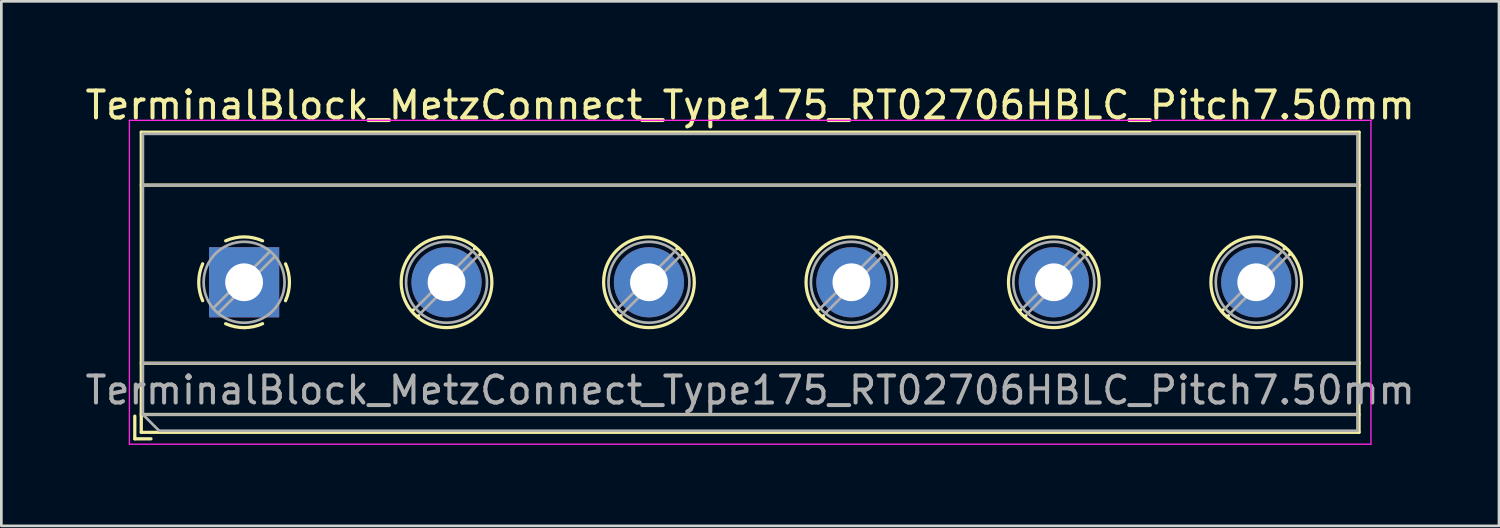
<source format=kicad_pcb>
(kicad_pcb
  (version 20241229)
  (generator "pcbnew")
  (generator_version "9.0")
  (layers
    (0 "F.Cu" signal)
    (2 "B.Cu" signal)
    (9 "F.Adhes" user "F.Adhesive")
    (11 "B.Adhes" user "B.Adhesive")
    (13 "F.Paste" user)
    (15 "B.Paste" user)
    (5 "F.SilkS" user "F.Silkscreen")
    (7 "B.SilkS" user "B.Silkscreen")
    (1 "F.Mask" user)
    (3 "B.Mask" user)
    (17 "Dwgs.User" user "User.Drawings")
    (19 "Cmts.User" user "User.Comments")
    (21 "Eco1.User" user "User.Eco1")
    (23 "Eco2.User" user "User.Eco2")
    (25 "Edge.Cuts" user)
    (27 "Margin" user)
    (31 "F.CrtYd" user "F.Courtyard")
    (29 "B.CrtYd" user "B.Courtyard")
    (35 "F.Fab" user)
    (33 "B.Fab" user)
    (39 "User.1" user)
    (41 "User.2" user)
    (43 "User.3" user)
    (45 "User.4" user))
  (footprint "TerminalBlock_MetzConnect_Type175_RT02706HBLC_Pitch7.50mm"
    (layer "F.Cu")
    (at 5.994 7.408)
    (property "Reference" "TerminalBlock_MetzConnect_Type175_RT02706HBLC_Pitch7.50mm" (at 18.75 -6.56 0) (layer "F.SilkS") (effects (font (size 1 1) (thickness 0.15))))
    (attr through_hole)
    (fp_line (start -4.05 4.96) (end -4.05 5.8) (stroke (width 0.12) (type solid)) (layer "F.SilkS"))
    (fp_line (start -4.05 5.8) (end -3.45 5.8) (stroke (width 0.12) (type solid)) (layer "F.SilkS"))
    (fp_line (start -3.81 -5.56) (end -3.81 5.56) (stroke (width 0.12) (type solid)) (layer "F.SilkS"))
    (fp_line (start -3.81 -3.6) (end 41.31 -3.6) (stroke (width 0.12) (type solid)) (layer "F.SilkS"))
    (fp_line (start -3.81 3) (end 41.31 3) (stroke (width 0.12) (type solid)) (layer "F.SilkS"))
    (fp_line (start -3.81 4.9) (end 41.31 4.9) (stroke (width 0.12) (type solid)) (layer "F.SilkS"))
    (fp_line (start -3.81 5.56) (end 41.31 5.56) (stroke (width 0.12) (type solid)) (layer "F.SilkS"))
    (fp_line (start 6.273 1.023) (end 6.226 1.069) (stroke (width 0.12) (type solid)) (layer "F.SilkS"))
    (fp_line (start 6.466 1.239) (end 6.431 1.274) (stroke (width 0.12) (type solid)) (layer "F.SilkS"))
    (fp_line (start 8.57 -1.275) (end 8.535 -1.239) (stroke (width 0.12) (type solid)) (layer "F.SilkS"))
    (fp_line (start 8.775 -1.069) (end 8.728 -1.023) (stroke (width 0.12) (type solid)) (layer "F.SilkS"))
    (fp_line (start 13.773 1.023) (end 13.726 1.069) (stroke (width 0.12) (type solid)) (layer "F.SilkS"))
    (fp_line (start 13.966 1.239) (end 13.931 1.274) (stroke (width 0.12) (type solid)) (layer "F.SilkS"))
    (fp_line (start 16.07 -1.275) (end 16.035 -1.239) (stroke (width 0.12) (type solid)) (layer "F.SilkS"))
    (fp_line (start 16.275 -1.069) (end 16.228 -1.023) (stroke (width 0.12) (type solid)) (layer "F.SilkS"))
    (fp_line (start 21.273 1.023) (end 21.226 1.069) (stroke (width 0.12) (type solid)) (layer "F.SilkS"))
    (fp_line (start 21.466 1.239) (end 21.431 1.274) (stroke (width 0.12) (type solid)) (layer "F.SilkS"))
    (fp_line (start 23.57 -1.275) (end 23.535 -1.239) (stroke (width 0.12) (type solid)) (layer "F.SilkS"))
    (fp_line (start 23.775 -1.069) (end 23.728 -1.023) (stroke (width 0.12) (type solid)) (layer "F.SilkS"))
    (fp_line (start 28.773 1.023) (end 28.726 1.069) (stroke (width 0.12) (type solid)) (layer "F.SilkS"))
    (fp_line (start 28.966 1.239) (end 28.931 1.274) (stroke (width 0.12) (type solid)) (layer "F.SilkS"))
    (fp_line (start 31.07 -1.275) (end 31.035 -1.239) (stroke (width 0.12) (type solid)) (layer "F.SilkS"))
    (fp_line (start 31.275 -1.069) (end 31.228 -1.023) (stroke (width 0.12) (type solid)) (layer "F.SilkS"))
    (fp_line (start 36.273 1.023) (end 36.226 1.069) (stroke (width 0.12) (type solid)) (layer "F.SilkS"))
    (fp_line (start 36.466 1.239) (end 36.431 1.274) (stroke (width 0.12) (type solid)) (layer "F.SilkS"))
    (fp_line (start 38.57 -1.275) (end 38.535 -1.239) (stroke (width 0.12) (type solid)) (layer "F.SilkS"))
    (fp_line (start 38.775 -1.069) (end 38.728 -1.023) (stroke (width 0.12) (type solid)) (layer "F.SilkS"))
    (fp_line (start 41.31 -5.56) (end -3.81 -5.56) (stroke (width 0.12) (type solid)) (layer "F.SilkS"))
    (fp_line (start 41.31 5.56) (end 41.31 -5.56) (stroke (width 0.12) (type solid)) (layer "F.SilkS"))
    (fp_arc (start -1.535427 0.683042) (mid -1.680501 -0.000524) (end -1.535 -0.684) (stroke (width 0.12) (type solid)) (layer "F.SilkS"))
    (fp_arc (start -0.683042 -1.535427) (mid 0.000524 -1.680501) (end 0.684 -1.535) (stroke (width 0.12) (type solid)) (layer "F.SilkS"))
    (fp_arc (start 0.028805 1.680253) (mid -0.335551 1.646659) (end -0.684 1.535) (stroke (width 0.12) (type solid)) (layer "F.SilkS"))
    (fp_arc (start 0.683318 1.534756) (mid 0.349292 1.643288) (end 0 1.68) (stroke (width 0.12) (type solid)) (layer "F.SilkS"))
    (fp_arc (start 1.535427 -0.683042) (mid 1.680501 0.000524) (end 1.535 0.684) (stroke (width 0.12) (type solid)) (layer "F.SilkS"))
    (fp_circle (center 7.5 0) (end 9.18 0) (stroke (width 0.12) (type solid)) (fill no) (layer "F.SilkS"))
    (fp_circle (center 15 0) (end 16.68 0) (stroke (width 0.12) (type solid)) (fill no) (layer "F.SilkS"))
    (fp_circle (center 22.5 0) (end 24.18 0) (stroke (width 0.12) (type solid)) (fill no) (layer "F.SilkS"))
    (fp_circle (center 30 0) (end 31.68 0) (stroke (width 0.12) (type solid)) (fill no) (layer "F.SilkS"))
    (fp_circle (center 37.5 0) (end 39.18 0) (stroke (width 0.12) (type solid)) (fill no) (layer "F.SilkS"))
    (fp_line (start -4.25 -6) (end -4.25 6) (stroke (width 0.05) (type solid)) (layer "F.CrtYd"))
    (fp_line (start -4.25 6) (end 41.75 6) (stroke (width 0.05) (type solid)) (layer "F.CrtYd"))
    (fp_line (start 41.75 -6) (end -4.25 -6) (stroke (width 0.05) (type solid)) (layer "F.CrtYd"))
    (fp_line (start 41.75 6) (end 41.75 -6) (stroke (width 0.05) (type solid)) (layer "F.CrtYd"))
    (fp_line (start -3.75 -5.5) (end 41.25 -5.5) (stroke (width 0.1) (type solid)) (layer "F.Fab"))
    (fp_line (start -3.75 -3.6) (end 41.25 -3.6) (stroke (width 0.1) (type solid)) (layer "F.Fab"))
    (fp_line (start -3.75 3) (end 41.25 3) (stroke (width 0.1) (type solid)) (layer "F.Fab"))
    (fp_line (start -3.75 4.9) (end -3.75 -5.5) (stroke (width 0.1) (type solid)) (layer "F.Fab"))
    (fp_line (start -3.75 4.9) (end 41.25 4.9) (stroke (width 0.1) (type solid)) (layer "F.Fab"))
    (fp_line (start -3.15 5.5) (end -3.75 4.9) (stroke (width 0.1) (type solid)) (layer "F.Fab"))
    (fp_line (start 0.955 -1.138) (end -1.138 0.955) (stroke (width 0.1) (type solid)) (layer "F.Fab"))
    (fp_line (start 1.138 -0.955) (end -0.955 1.138) (stroke (width 0.1) (type solid)) (layer "F.Fab"))
    (fp_line (start 8.455 -1.138) (end 6.363 0.955) (stroke (width 0.1) (type solid)) (layer "F.Fab"))
    (fp_line (start 8.638 -0.955) (end 6.546 1.138) (stroke (width 0.1) (type solid)) (layer "F.Fab"))
    (fp_line (start 15.955 -1.138) (end 13.863 0.955) (stroke (width 0.1) (type solid)) (layer "F.Fab"))
    (fp_line (start 16.138 -0.955) (end 14.046 1.138) (stroke (width 0.1) (type solid)) (layer "F.Fab"))
    (fp_line (start 23.455 -1.138) (end 21.363 0.955) (stroke (width 0.1) (type solid)) (layer "F.Fab"))
    (fp_line (start 23.638 -0.955) (end 21.546 1.138) (stroke (width 0.1) (type solid)) (layer "F.Fab"))
    (fp_line (start 30.955 -1.138) (end 28.863 0.955) (stroke (width 0.1) (type solid)) (layer "F.Fab"))
    (fp_line (start 31.138 -0.955) (end 29.046 1.138) (stroke (width 0.1) (type solid)) (layer "F.Fab"))
    (fp_line (start 38.455 -1.138) (end 36.363 0.955) (stroke (width 0.1) (type solid)) (layer "F.Fab"))
    (fp_line (start 38.638 -0.955) (end 36.546 1.138) (stroke (width 0.1) (type solid)) (layer "F.Fab"))
    (fp_line (start 41.25 -5.5) (end 41.25 5.5) (stroke (width 0.1) (type solid)) (layer "F.Fab"))
    (fp_line (start 41.25 5.5) (end -3.15 5.5) (stroke (width 0.1) (type solid)) (layer "F.Fab"))
    (fp_circle (center 0 0) (end 1.5 0) (stroke (width 0.1) (type solid)) (fill no) (layer "F.Fab"))
    (fp_circle (center 7.5 0) (end 9 0) (stroke (width 0.1) (type solid)) (fill no) (layer "F.Fab"))
    (fp_circle (center 15 0) (end 16.5 0) (stroke (width 0.1) (type solid)) (fill no) (layer "F.Fab"))
    (fp_circle (center 22.5 0) (end 24 0) (stroke (width 0.1) (type solid)) (fill no) (layer "F.Fab"))
    (fp_circle (center 30 0) (end 31.5 0) (stroke (width 0.1) (type solid)) (fill no) (layer "F.Fab"))
    (fp_circle (center 37.5 0) (end 39 0) (stroke (width 0.1) (type solid)) (fill no) (layer "F.Fab"))
    (fp_text user "${REFERENCE}" (at 18.75 4 0) (layer "F.Fab") (effects (font (size 1 1) (thickness 0.15))))
    (pad "1" thru_hole rect (at 0 0) (size 2.6 2.6) (drill 1.4) (layers "*.Cu" "*.Mask"))
    (pad "2" thru_hole circle (at 7.5 0) (size 2.6 2.6) (drill 1.4) (layers "*.Cu" "*.Mask"))
    (pad "3" thru_hole circle (at 15 0) (size 2.6 2.6) (drill 1.4) (layers "*.Cu" "*.Mask"))
    (pad "4" thru_hole circle (at 22.5 0) (size 2.6 2.6) (drill 1.4) (layers "*.Cu" "*.Mask"))
    (pad "5" thru_hole circle (at 30 0) (size 2.6 2.6) (drill 1.4) (layers "*.Cu" "*.Mask"))
    (pad "6" thru_hole circle (at 37.5 0) (size 2.6 2.6) (drill 1.4) (layers "*.Cu" "*.Mask")))
  (gr_rect
    (start -3 -3)
    (end 52.488 16.433)
    (stroke (width 0.1) (type default))
    (fill no)
    (layer "Edge.Cuts")))
</source>
